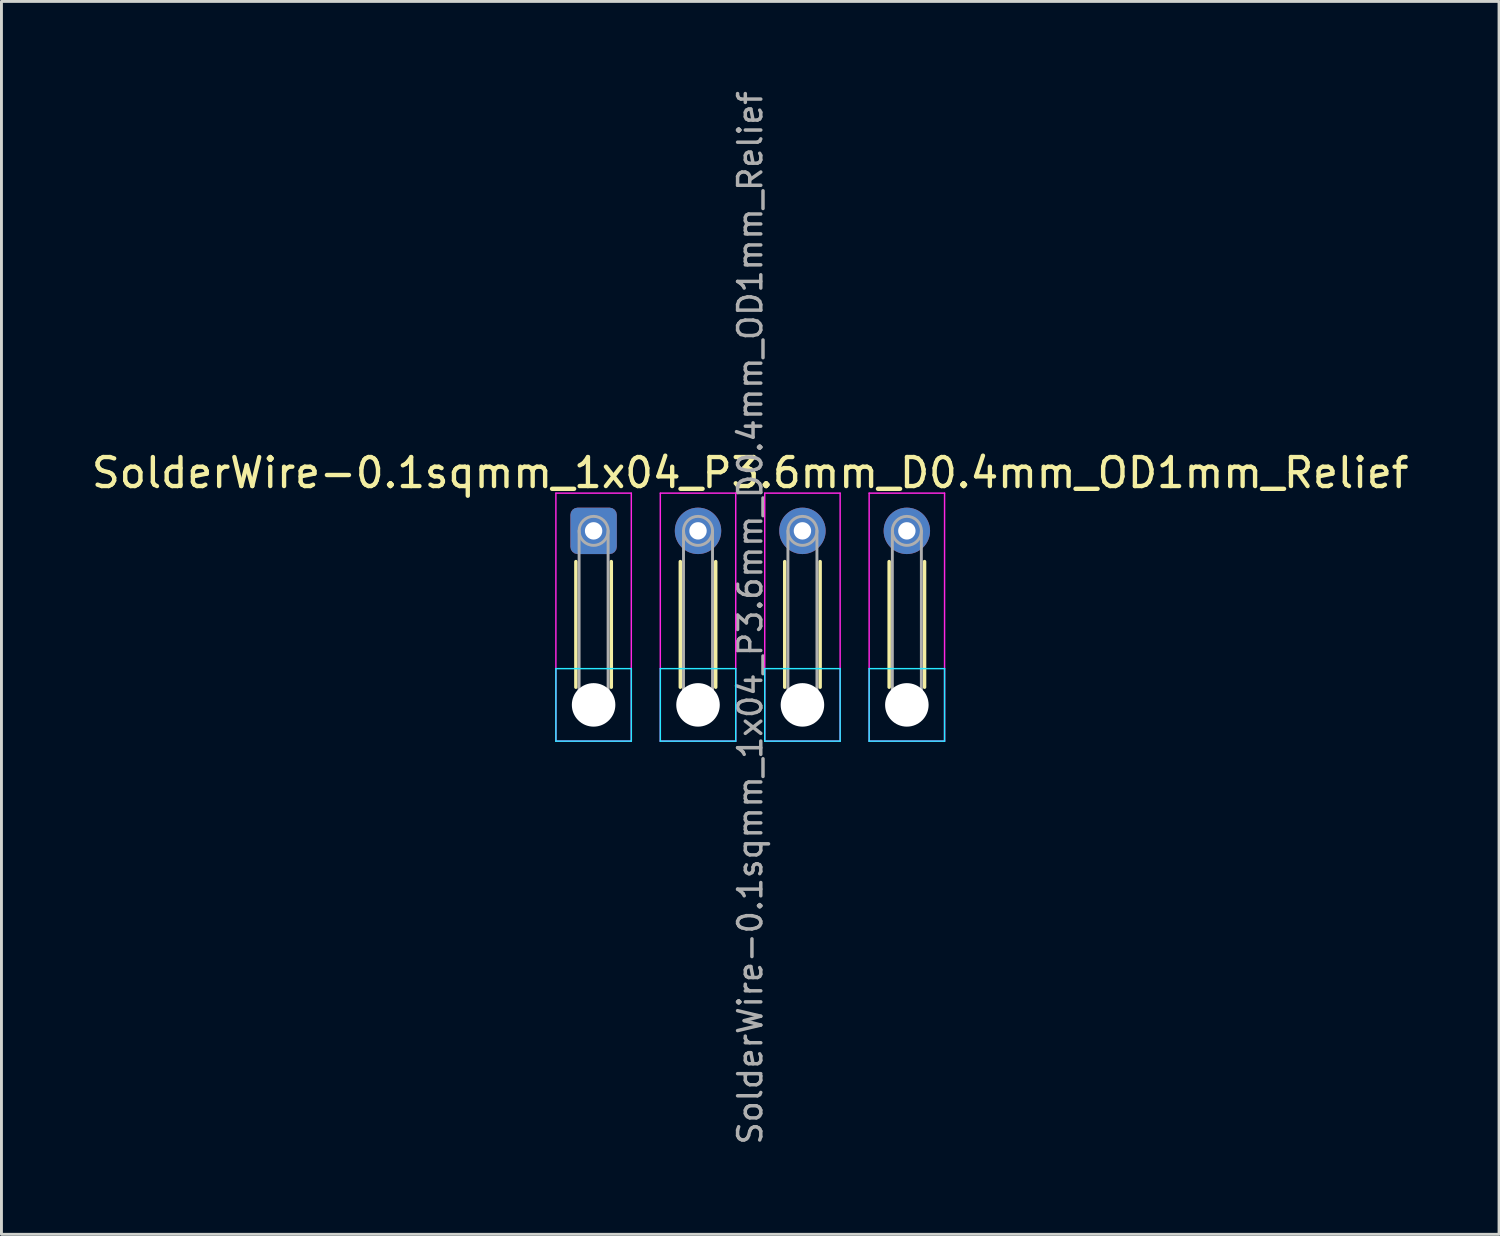
<source format=kicad_pcb>
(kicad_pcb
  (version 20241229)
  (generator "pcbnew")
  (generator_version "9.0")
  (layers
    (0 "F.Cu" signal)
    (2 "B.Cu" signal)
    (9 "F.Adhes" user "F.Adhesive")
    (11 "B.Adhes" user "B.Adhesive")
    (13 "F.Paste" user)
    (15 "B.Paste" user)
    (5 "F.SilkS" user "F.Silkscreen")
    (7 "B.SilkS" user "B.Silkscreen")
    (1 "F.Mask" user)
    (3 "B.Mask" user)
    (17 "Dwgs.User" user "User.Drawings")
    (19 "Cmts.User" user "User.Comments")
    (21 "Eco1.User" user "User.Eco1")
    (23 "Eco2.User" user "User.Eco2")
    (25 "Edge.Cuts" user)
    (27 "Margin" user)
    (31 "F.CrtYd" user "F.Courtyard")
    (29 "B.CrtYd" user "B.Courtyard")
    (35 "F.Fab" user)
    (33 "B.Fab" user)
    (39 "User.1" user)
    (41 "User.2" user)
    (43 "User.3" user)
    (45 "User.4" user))
  (footprint "SolderWire-0.1sqmm_1x04_P3.6mm_D0.4mm_OD1mm_Relief"
    (layer "F.Cu")
    (at 17.415 15.252)
    (property "Reference" "SolderWire-0.1sqmm_1x04_P3.6mm_D0.4mm_OD1mm_Relief" (at 5.4 -2 0) (layer "F.SilkS") (effects (font (size 1 1) (thickness 0.15))))
    (attr exclude_from_pos_files exclude_from_bom)
    (fp_line (start -0.61 1.06) (end -0.61 5.39) (stroke (width 0.12) (type solid)) (layer "F.SilkS"))
    (fp_line (start 0.61 1.06) (end 0.61 5.39) (stroke (width 0.12) (type solid)) (layer "F.SilkS"))
    (fp_line (start 2.99 1.06) (end 2.99 5.39) (stroke (width 0.12) (type solid)) (layer "F.SilkS"))
    (fp_line (start 4.21 1.06) (end 4.21 5.39) (stroke (width 0.12) (type solid)) (layer "F.SilkS"))
    (fp_line (start 6.59 1.06) (end 6.59 5.39) (stroke (width 0.12) (type solid)) (layer "F.SilkS"))
    (fp_line (start 7.81 1.06) (end 7.81 5.39) (stroke (width 0.12) (type solid)) (layer "F.SilkS"))
    (fp_line (start 10.19 1.06) (end 10.19 5.39) (stroke (width 0.12) (type solid)) (layer "F.SilkS"))
    (fp_line (start 11.41 1.06) (end 11.41 5.39) (stroke (width 0.12) (type solid)) (layer "F.SilkS"))
    (fp_line (start -1.3 4.75) (end -1.3 7.25) (stroke (width 0.05) (type solid)) (layer "B.CrtYd"))
    (fp_line (start -1.3 7.25) (end 1.3 7.25) (stroke (width 0.05) (type solid)) (layer "B.CrtYd"))
    (fp_line (start 1.3 4.75) (end -1.3 4.75) (stroke (width 0.05) (type solid)) (layer "B.CrtYd"))
    (fp_line (start 1.3 7.25) (end 1.3 4.75) (stroke (width 0.05) (type solid)) (layer "B.CrtYd"))
    (fp_line (start 2.3 4.75) (end 2.3 7.25) (stroke (width 0.05) (type solid)) (layer "B.CrtYd"))
    (fp_line (start 2.3 7.25) (end 4.9 7.25) (stroke (width 0.05) (type solid)) (layer "B.CrtYd"))
    (fp_line (start 4.9 4.75) (end 2.3 4.75) (stroke (width 0.05) (type solid)) (layer "B.CrtYd"))
    (fp_line (start 4.9 7.25) (end 4.9 4.75) (stroke (width 0.05) (type solid)) (layer "B.CrtYd"))
    (fp_line (start 5.9 4.75) (end 5.9 7.25) (stroke (width 0.05) (type solid)) (layer "B.CrtYd"))
    (fp_line (start 5.9 7.25) (end 8.5 7.25) (stroke (width 0.05) (type solid)) (layer "B.CrtYd"))
    (fp_line (start 8.5 4.75) (end 5.9 4.75) (stroke (width 0.05) (type solid)) (layer "B.CrtYd"))
    (fp_line (start 8.5 7.25) (end 8.5 4.75) (stroke (width 0.05) (type solid)) (layer "B.CrtYd"))
    (fp_line (start 9.5 4.75) (end 9.5 7.25) (stroke (width 0.05) (type solid)) (layer "B.CrtYd"))
    (fp_line (start 9.5 7.25) (end 12.1 7.25) (stroke (width 0.05) (type solid)) (layer "B.CrtYd"))
    (fp_line (start 12.1 4.75) (end 9.5 4.75) (stroke (width 0.05) (type solid)) (layer "B.CrtYd"))
    (fp_line (start 12.1 7.25) (end 12.1 4.75) (stroke (width 0.05) (type solid)) (layer "B.CrtYd"))
    (fp_line (start -1.3 -1.3) (end -1.3 7.25) (stroke (width 0.05) (type solid)) (layer "F.CrtYd"))
    (fp_line (start -1.3 7.25) (end 1.3 7.25) (stroke (width 0.05) (type solid)) (layer "F.CrtYd"))
    (fp_line (start 1.3 -1.3) (end -1.3 -1.3) (stroke (width 0.05) (type solid)) (layer "F.CrtYd"))
    (fp_line (start 1.3 7.25) (end 1.3 -1.3) (stroke (width 0.05) (type solid)) (layer "F.CrtYd"))
    (fp_line (start 2.3 -1.3) (end 2.3 7.25) (stroke (width 0.05) (type solid)) (layer "F.CrtYd"))
    (fp_line (start 2.3 7.25) (end 4.9 7.25) (stroke (width 0.05) (type solid)) (layer "F.CrtYd"))
    (fp_line (start 4.9 -1.3) (end 2.3 -1.3) (stroke (width 0.05) (type solid)) (layer "F.CrtYd"))
    (fp_line (start 4.9 7.25) (end 4.9 -1.3) (stroke (width 0.05) (type solid)) (layer "F.CrtYd"))
    (fp_line (start 5.9 -1.3) (end 5.9 7.25) (stroke (width 0.05) (type solid)) (layer "F.CrtYd"))
    (fp_line (start 5.9 7.25) (end 8.5 7.25) (stroke (width 0.05) (type solid)) (layer "F.CrtYd"))
    (fp_line (start 8.5 -1.3) (end 5.9 -1.3) (stroke (width 0.05) (type solid)) (layer "F.CrtYd"))
    (fp_line (start 8.5 7.25) (end 8.5 -1.3) (stroke (width 0.05) (type solid)) (layer "F.CrtYd"))
    (fp_line (start 9.5 -1.3) (end 9.5 7.25) (stroke (width 0.05) (type solid)) (layer "F.CrtYd"))
    (fp_line (start 9.5 7.25) (end 12.1 7.25) (stroke (width 0.05) (type solid)) (layer "F.CrtYd"))
    (fp_line (start 12.1 -1.3) (end 9.5 -1.3) (stroke (width 0.05) (type solid)) (layer "F.CrtYd"))
    (fp_line (start 12.1 7.25) (end 12.1 -1.3) (stroke (width 0.05) (type solid)) (layer "F.CrtYd"))
    (fp_line (start -0.5 0) (end -0.5 6) (stroke (width 0.1) (type solid)) (layer "F.Fab"))
    (fp_line (start 0.5 0) (end 0.5 6) (stroke (width 0.1) (type solid)) (layer "F.Fab"))
    (fp_line (start 3.1 0) (end 3.1 6) (stroke (width 0.1) (type solid)) (layer "F.Fab"))
    (fp_line (start 4.1 0) (end 4.1 6) (stroke (width 0.1) (type solid)) (layer "F.Fab"))
    (fp_line (start 6.7 0) (end 6.7 6) (stroke (width 0.1) (type solid)) (layer "F.Fab"))
    (fp_line (start 7.7 0) (end 7.7 6) (stroke (width 0.1) (type solid)) (layer "F.Fab"))
    (fp_line (start 10.3 0) (end 10.3 6) (stroke (width 0.1) (type solid)) (layer "F.Fab"))
    (fp_line (start 11.3 0) (end 11.3 6) (stroke (width 0.1) (type solid)) (layer "F.Fab"))
    (fp_circle (center 0 0) (end 0.5 0) (stroke (width 0.1) (type solid)) (fill no) (layer "F.Fab"))
    (fp_circle (center 0 6) (end 0.5 6) (stroke (width 0.1) (type solid)) (fill no) (layer "F.Fab"))
    (fp_circle (center 3.6 0) (end 4.1 0) (stroke (width 0.1) (type solid)) (fill no) (layer "F.Fab"))
    (fp_circle (center 3.6 6) (end 4.1 6) (stroke (width 0.1) (type solid)) (fill no) (layer "F.Fab"))
    (fp_circle (center 7.2 0) (end 7.7 0) (stroke (width 0.1) (type solid)) (fill no) (layer "F.Fab"))
    (fp_circle (center 7.2 6) (end 7.7 6) (stroke (width 0.1) (type solid)) (fill no) (layer "F.Fab"))
    (fp_circle (center 10.8 0) (end 11.3 0) (stroke (width 0.1) (type solid)) (fill no) (layer "F.Fab"))
    (fp_circle (center 10.8 6) (end 11.3 6) (stroke (width 0.1) (type solid)) (fill no) (layer "F.Fab"))
    (fp_text user "${REFERENCE}" (at 5.4 3 90) (layer "F.Fab") (effects (font (size 0.8 0.8) (thickness 0.12))))
    (pad "" np_thru_hole circle (at 0 6) (size 1.5 1.5) (drill 1.5) (layers "*.Cu" "*.Mask"))
    (pad "" np_thru_hole circle (at 3.6 6) (size 1.5 1.5) (drill 1.5) (layers "*.Cu" "*.Mask"))
    (pad "" np_thru_hole circle (at 7.2 6) (size 1.5 1.5) (drill 1.5) (layers "*.Cu" "*.Mask"))
    (pad "" np_thru_hole circle (at 10.8 6) (size 1.5 1.5) (drill 1.5) (layers "*.Cu" "*.Mask"))
    (pad "1" thru_hole roundrect (at 0 0) (size 1.6 1.6) (drill 0.6) (layers "*.Cu" "*.Mask") (roundrect_rratio 0.156))
    (pad "2" thru_hole circle (at 3.6 0) (size 1.6 1.6) (drill 0.6) (layers "*.Cu" "*.Mask"))
    (pad "3" thru_hole circle (at 7.2 0) (size 1.6 1.6) (drill 0.6) (layers "*.Cu" "*.Mask"))
    (pad "4" thru_hole circle (at 10.8 0) (size 1.6 1.6) (drill 0.6) (layers "*.Cu" "*.Mask")))
  (gr_rect
    (start -3 -3)
    (end 48.631 39.505)
    (stroke (width 0.1) (type default))
    (fill no)
    (layer "Edge.Cuts")))
</source>
